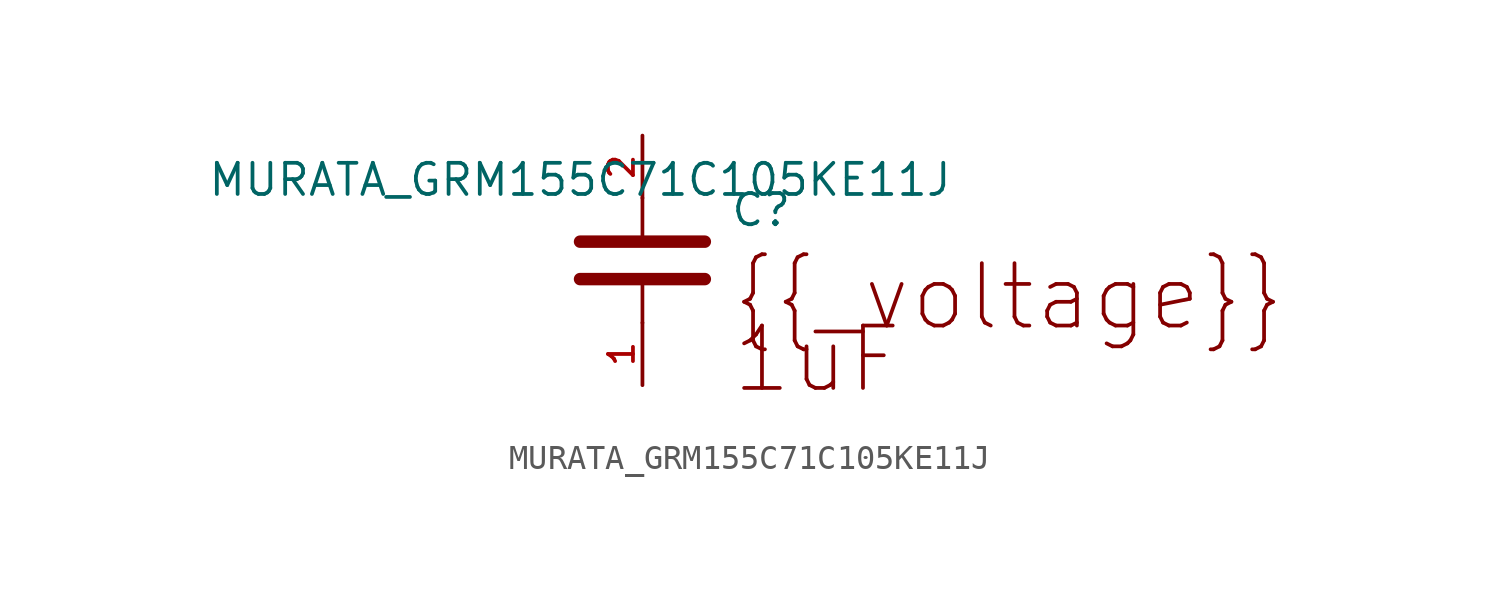
<source format=kicad_sym>
(kicad_symbol_lib
  (version 20211014)
  (generator kicad_symbol_editor)
  (symbol "MURATA_GRM155C71C105KE11J"
    (pin_names
      (offset 1.016))
    (property "Reference" "C"
      (at 6.096 0.254 0)
      (effects (font (size 1.27 1.27)) (justify top left)))
    (property "Value" "MURATA_GRM155C71C105KE11J"
      (at 0 0.0 0)
      (effects (font (size 1.27 1.27)) (justify bottom)))
    (symbol "MURATA_GRM155C71C105KE11J_0_0"
      (polyline (pts (xy 5.08 -1.778) (xy 0.0 -1.778)) (stroke (width 0.508)))
      (polyline (pts (xy 5.08 -3.302) (xy 0.0 -3.302)) (stroke (width 0.508)))
      (polyline (pts (xy 2.54 -4.44089e-16) (xy 2.54 -1.778)) (stroke (width 0.15)))
      (polyline (pts (xy 2.54 -5.08) (xy 2.54 -3.556)) (stroke (width 0.15)))
      (text "1uF" (at 6.096 -5.08 0) (effects (font (size 2.54 2.54)) (justify top left)))
      (text "{{_voltage}}" (at 6.096 -2.54 0) (effects (font (size 2.54 2.54)) (justify top left)))
      (pin passive line (at 2.54 2.54 270.0) (length 2.54) (name "~" (effects (font (size 1.016 1.016)))) (number "2" (effects (font (size 1.016 1.016)))))
      (pin passive line (at 2.54 -7.62 90.0) (length 2.54) (name "~" (effects (font (size 1.016 1.016)))) (number "1" (effects (font (size 1.016 1.016))))))))
</source>
